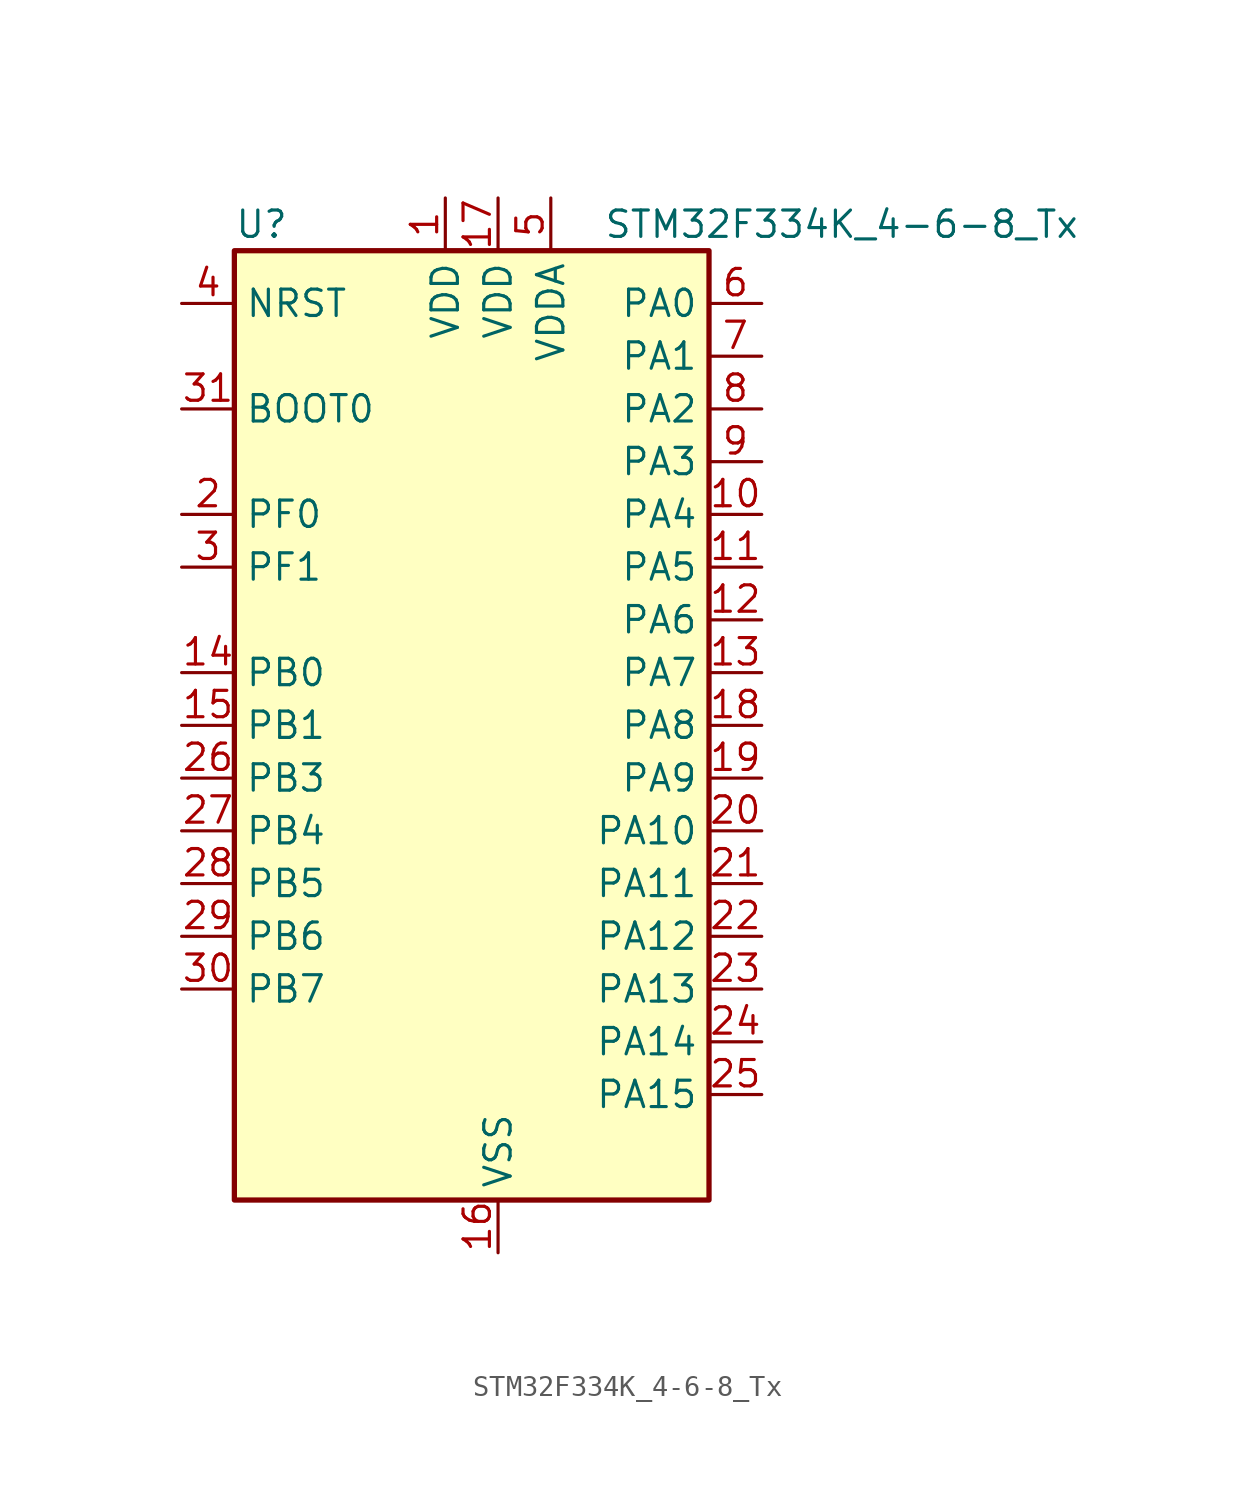
<source format=kicad_sym>
(kicad_symbol_lib
  (version 20231120)
  (generator "kicad_symbol_editor")
  (generator_version "8.0")
  (symbol "STM32F334K_4-6-8_Tx"
    (property "Reference" "U"
      (at -10.16 24.13 0)
      (effects (font (size 1.27 1.27)) (justify left)))
    (property "Value" "STM32F334K_4-6-8_Tx"
      (at 7.62 24.13 0)
      (effects (font (size 1.27 1.27)) (justify left)))
    (property "ki_locked" ""
      (at 0 0 0)
      (effects (font (size 1.27 1.27))))
    (symbol "STM32F334K_4-6-8_Tx_0_1"
      (rectangle (start -10.16 -22.86) (end 12.7 22.86) (stroke (width 0.254) (type default)) (fill (type background))))
    (symbol "STM32F334K_4-6-8_Tx_1_1"
      (pin power_in line (at 0 25.4 270) (length 2.54) (name "VDD" (effects (font (size 1.27 1.27)))) (number "1" (effects (font (size 1.27 1.27)))))
      (pin bidirectional line (at 15.24 10.16 180) (length 2.54) (name "PA4" (effects (font (size 1.27 1.27)))) (number "10" (effects (font (size 1.27 1.27)))) (alternate "ADC2_IN1" bidirectional line) (alternate "COMP2_INM" bidirectional line) (alternate "COMP4_INM" bidirectional line) (alternate "DAC1_OUT1" bidirectional line) (alternate "SPI1_NSS" bidirectional line) (alternate "TIM3_CH2" bidirectional line) (alternate "TSC_G2_IO1" bidirectional line) (alternate "USART2_CK" bidirectional line))
      (pin bidirectional line (at 15.24 7.62 180) (length 2.54) (name "PA5" (effects (font (size 1.27 1.27)))) (number "11" (effects (font (size 1.27 1.27)))) (alternate "ADC2_IN2" bidirectional line) (alternate "DAC1_OUT2" bidirectional line) (alternate "OPAMP2_VINM" bidirectional line) (alternate "OPAMP2_VINM_SEC" bidirectional line) (alternate "SPI1_SCK" bidirectional line) (alternate "TIM2_CH1" bidirectional line) (alternate "TIM2_ETR" bidirectional line) (alternate "TSC_G2_IO2" bidirectional line))
      (pin bidirectional line (at 15.24 5.08 180) (length 2.54) (name "PA6" (effects (font (size 1.27 1.27)))) (number "12" (effects (font (size 1.27 1.27)))) (alternate "ADC2_IN3" bidirectional line) (alternate "DAC2_OUT1" bidirectional line) (alternate "OPAMP2_DIG" bidirectional line) (alternate "OPAMP2_VOUT" bidirectional line) (alternate "SPI1_MISO" bidirectional line) (alternate "TIM16_CH1" bidirectional line) (alternate "TIM1_BKIN" bidirectional line) (alternate "TIM3_CH1" bidirectional line) (alternate "TSC_G2_IO3" bidirectional line))
      (pin bidirectional line (at 15.24 2.54 180) (length 2.54) (name "PA7" (effects (font (size 1.27 1.27)))) (number "13" (effects (font (size 1.27 1.27)))) (alternate "ADC2_IN4" bidirectional line) (alternate "COMP2_INP" bidirectional line) (alternate "OPAMP2_VINP" bidirectional line) (alternate "OPAMP2_VINP_SEC" bidirectional line) (alternate "SPI1_MOSI" bidirectional line) (alternate "TIM17_CH1" bidirectional line) (alternate "TIM1_CH1N" bidirectional line) (alternate "TIM3_CH2" bidirectional line) (alternate "TSC_G2_IO4" bidirectional line))
      (pin bidirectional line (at -12.7 2.54 0) (length 2.54) (name "PB0" (effects (font (size 1.27 1.27)))) (number "14" (effects (font (size 1.27 1.27)))) (alternate "ADC1_IN11" bidirectional line) (alternate "COMP4_INP" bidirectional line) (alternate "OPAMP2_VINP" bidirectional line) (alternate "OPAMP2_VINP_SEC" bidirectional line) (alternate "TIM1_CH2N" bidirectional line) (alternate "TIM3_CH3" bidirectional line) (alternate "TSC_G3_IO2" bidirectional line))
      (pin bidirectional line (at -12.7 0 0) (length 2.54) (name "PB1" (effects (font (size 1.27 1.27)))) (number "15" (effects (font (size 1.27 1.27)))) (alternate "ADC1_IN12" bidirectional line) (alternate "COMP4_OUT" bidirectional line) (alternate "HRTIM1_SCOUT" bidirectional line) (alternate "TIM1_CH3N" bidirectional line) (alternate "TIM3_CH4" bidirectional line) (alternate "TSC_G3_IO3" bidirectional line))
      (pin power_in line (at 2.54 -25.4 90) (length 2.54) (name "VSS" (effects (font (size 1.27 1.27)))) (number "16" (effects (font (size 1.27 1.27)))))
      (pin power_in line (at 2.54 25.4 270) (length 2.54) (name "VDD" (effects (font (size 1.27 1.27)))) (number "17" (effects (font (size 1.27 1.27)))))
      (pin bidirectional line (at 15.24 0 180) (length 2.54) (name "PA8" (effects (font (size 1.27 1.27)))) (number "18" (effects (font (size 1.27 1.27)))) (alternate "HRTIM1_CHA1" bidirectional line) (alternate "RCC_MCO" bidirectional line) (alternate "TIM1_CH1" bidirectional line) (alternate "USART1_CK" bidirectional line))
      (pin bidirectional line (at 15.24 -2.54 180) (length 2.54) (name "PA9" (effects (font (size 1.27 1.27)))) (number "19" (effects (font (size 1.27 1.27)))) (alternate "DAC1_EXTI9" bidirectional line) (alternate "DAC2_EXTI9" bidirectional line) (alternate "HRTIM1_CHA2" bidirectional line) (alternate "TIM15_BKIN" bidirectional line) (alternate "TIM1_CH2" bidirectional line) (alternate "TIM2_CH3" bidirectional line) (alternate "TSC_G4_IO1" bidirectional line) (alternate "USART1_TX" bidirectional line))
      (pin bidirectional line (at -12.7 10.16 0) (length 2.54) (name "PF0" (effects (font (size 1.27 1.27)))) (number "2" (effects (font (size 1.27 1.27)))) (alternate "RCC_OSC_IN" bidirectional line) (alternate "TIM1_CH3N" bidirectional line))
      (pin bidirectional line (at 15.24 -5.08 180) (length 2.54) (name "PA10" (effects (font (size 1.27 1.27)))) (number "20" (effects (font (size 1.27 1.27)))) (alternate "HRTIM1_CHB1" bidirectional line) (alternate "TIM17_BKIN" bidirectional line) (alternate "TIM1_CH3" bidirectional line) (alternate "TIM2_CH4" bidirectional line) (alternate "TSC_G4_IO2" bidirectional line) (alternate "USART1_RX" bidirectional line))
      (pin bidirectional line (at 15.24 -7.62 180) (length 2.54) (name "PA11" (effects (font (size 1.27 1.27)))) (number "21" (effects (font (size 1.27 1.27)))) (alternate "ADC1_EXTI11" bidirectional line) (alternate "ADC2_EXTI11" bidirectional line) (alternate "CAN_RX" bidirectional line) (alternate "HRTIM1_CHB2" bidirectional line) (alternate "TIM1_BKIN2" bidirectional line) (alternate "TIM1_CH1N" bidirectional line) (alternate "TIM1_CH4" bidirectional line) (alternate "USART1_CTS" bidirectional line))
      (pin bidirectional line (at 15.24 -10.16 180) (length 2.54) (name "PA12" (effects (font (size 1.27 1.27)))) (number "22" (effects (font (size 1.27 1.27)))) (alternate "CAN_TX" bidirectional line) (alternate "COMP2_OUT" bidirectional line) (alternate "HRTIM1_FLT1" bidirectional line) (alternate "TIM16_CH1" bidirectional line) (alternate "TIM1_CH2N" bidirectional line) (alternate "TIM1_ETR" bidirectional line) (alternate "USART1_DE" bidirectional line) (alternate "USART1_RTS" bidirectional line))
      (pin bidirectional line (at 15.24 -12.7 180) (length 2.54) (name "PA13" (effects (font (size 1.27 1.27)))) (number "23" (effects (font (size 1.27 1.27)))) (alternate "IR_OUT" bidirectional line) (alternate "SYS_JTMS-SWDIO" bidirectional line) (alternate "TIM16_CH1N" bidirectional line) (alternate "TSC_G4_IO3" bidirectional line))
      (pin bidirectional line (at 15.24 -15.24 180) (length 2.54) (name "PA14" (effects (font (size 1.27 1.27)))) (number "24" (effects (font (size 1.27 1.27)))) (alternate "I2C1_SDA" bidirectional line) (alternate "SYS_JTCK-SWCLK" bidirectional line) (alternate "TIM1_BKIN" bidirectional line) (alternate "TSC_G4_IO4" bidirectional line) (alternate "USART2_TX" bidirectional line))
      (pin bidirectional line (at 15.24 -17.78 180) (length 2.54) (name "PA15" (effects (font (size 1.27 1.27)))) (number "25" (effects (font (size 1.27 1.27)))) (alternate "ADC1_EXTI15" bidirectional line) (alternate "ADC2_EXTI15" bidirectional line) (alternate "HRTIM1_FLT2" bidirectional line) (alternate "I2C1_SCL" bidirectional line) (alternate "SPI1_NSS" bidirectional line) (alternate "SYS_JTDI" bidirectional line) (alternate "TIM1_BKIN" bidirectional line) (alternate "TIM2_CH1" bidirectional line) (alternate "TIM2_ETR" bidirectional line) (alternate "TSC_SYNC" bidirectional line) (alternate "USART2_RX" bidirectional line))
      (pin bidirectional line (at -12.7 -2.54 0) (length 2.54) (name "PB3" (effects (font (size 1.27 1.27)))) (number "26" (effects (font (size 1.27 1.27)))) (alternate "HRTIM1_EEV9" bidirectional line) (alternate "HRTIM1_SCOUT" bidirectional line) (alternate "SPI1_SCK" bidirectional line) (alternate "SYS_JTDO-TRACESWO" bidirectional line) (alternate "TIM2_CH2" bidirectional line) (alternate "TIM3_ETR" bidirectional line) (alternate "TSC_G5_IO1" bidirectional line) (alternate "USART2_TX" bidirectional line))
      (pin bidirectional line (at -12.7 -5.08 0) (length 2.54) (name "PB4" (effects (font (size 1.27 1.27)))) (number "27" (effects (font (size 1.27 1.27)))) (alternate "HRTIM1_EEV7" bidirectional line) (alternate "SPI1_MISO" bidirectional line) (alternate "SYS_NJTRST" bidirectional line) (alternate "TIM16_CH1" bidirectional line) (alternate "TIM17_BKIN" bidirectional line) (alternate "TIM3_CH1" bidirectional line) (alternate "TSC_G5_IO2" bidirectional line) (alternate "USART2_RX" bidirectional line))
      (pin bidirectional line (at -12.7 -7.62 0) (length 2.54) (name "PB5" (effects (font (size 1.27 1.27)))) (number "28" (effects (font (size 1.27 1.27)))) (alternate "HRTIM1_EEV6" bidirectional line) (alternate "I2C1_SMBA" bidirectional line) (alternate "SPI1_MOSI" bidirectional line) (alternate "TIM16_BKIN" bidirectional line) (alternate "TIM17_CH1" bidirectional line) (alternate "TIM3_CH2" bidirectional line) (alternate "USART2_CK" bidirectional line))
      (pin bidirectional line (at -12.7 -10.16 0) (length 2.54) (name "PB6" (effects (font (size 1.27 1.27)))) (number "29" (effects (font (size 1.27 1.27)))) (alternate "HRTIM1_EEV4" bidirectional line) (alternate "HRTIM1_SCIN" bidirectional line) (alternate "I2C1_SCL" bidirectional line) (alternate "TIM16_CH1N" bidirectional line) (alternate "TSC_G5_IO3" bidirectional line) (alternate "USART1_TX" bidirectional line))
      (pin bidirectional line (at -12.7 7.62 0) (length 2.54) (name "PF1" (effects (font (size 1.27 1.27)))) (number "3" (effects (font (size 1.27 1.27)))) (alternate "RCC_OSC_OUT" bidirectional line))
      (pin bidirectional line (at -12.7 -12.7 0) (length 2.54) (name "PB7" (effects (font (size 1.27 1.27)))) (number "30" (effects (font (size 1.27 1.27)))) (alternate "HRTIM1_EEV3" bidirectional line) (alternate "I2C1_SDA" bidirectional line) (alternate "TIM17_CH1N" bidirectional line) (alternate "TIM3_CH4" bidirectional line) (alternate "TSC_G5_IO4" bidirectional line) (alternate "USART1_RX" bidirectional line))
      (pin input line (at -12.7 15.24 0) (length 2.54) (name "BOOT0" (effects (font (size 1.27 1.27)))) (number "31" (effects (font (size 1.27 1.27)))))
      (pin passive line (at 2.54 -25.4 90) (length 2.54) hide (name "VSS" (effects (font (size 1.27 1.27)))) (number "32" (effects (font (size 1.27 1.27)))))
      (pin input line (at -12.7 20.32 0) (length 2.54) (name "NRST" (effects (font (size 1.27 1.27)))) (number "4" (effects (font (size 1.27 1.27)))))
      (pin power_in line (at 5.08 25.4 270) (length 2.54) (name "VDDA" (effects (font (size 1.27 1.27)))) (number "5" (effects (font (size 1.27 1.27)))))
      (pin bidirectional line (at 15.24 20.32 180) (length 2.54) (name "PA0" (effects (font (size 1.27 1.27)))) (number "6" (effects (font (size 1.27 1.27)))) (alternate "ADC1_IN1" bidirectional line) (alternate "RTC_TAMP2" bidirectional line) (alternate "SYS_WKUP1" bidirectional line) (alternate "TIM2_CH1" bidirectional line) (alternate "TIM2_ETR" bidirectional line) (alternate "TSC_G1_IO1" bidirectional line) (alternate "USART2_CTS" bidirectional line))
      (pin bidirectional line (at 15.24 17.78 180) (length 2.54) (name "PA1" (effects (font (size 1.27 1.27)))) (number "7" (effects (font (size 1.27 1.27)))) (alternate "ADC1_IN2" bidirectional line) (alternate "RTC_REFIN" bidirectional line) (alternate "TIM15_CH1N" bidirectional line) (alternate "TIM2_CH2" bidirectional line) (alternate "TSC_G1_IO2" bidirectional line) (alternate "USART2_DE" bidirectional line) (alternate "USART2_RTS" bidirectional line))
      (pin bidirectional line (at 15.24 15.24 180) (length 2.54) (name "PA2" (effects (font (size 1.27 1.27)))) (number "8" (effects (font (size 1.27 1.27)))) (alternate "ADC1_IN3" bidirectional line) (alternate "COMP2_INM" bidirectional line) (alternate "COMP2_OUT" bidirectional line) (alternate "TIM15_CH1" bidirectional line) (alternate "TIM2_CH3" bidirectional line) (alternate "TSC_G1_IO3" bidirectional line) (alternate "USART2_TX" bidirectional line))
      (pin bidirectional line (at 15.24 12.7 180) (length 2.54) (name "PA3" (effects (font (size 1.27 1.27)))) (number "9" (effects (font (size 1.27 1.27)))) (alternate "ADC1_IN4" bidirectional line) (alternate "TIM15_CH2" bidirectional line) (alternate "TIM2_CH4" bidirectional line) (alternate "TSC_G1_IO4" bidirectional line) (alternate "USART2_RX" bidirectional line)))))
</source>
